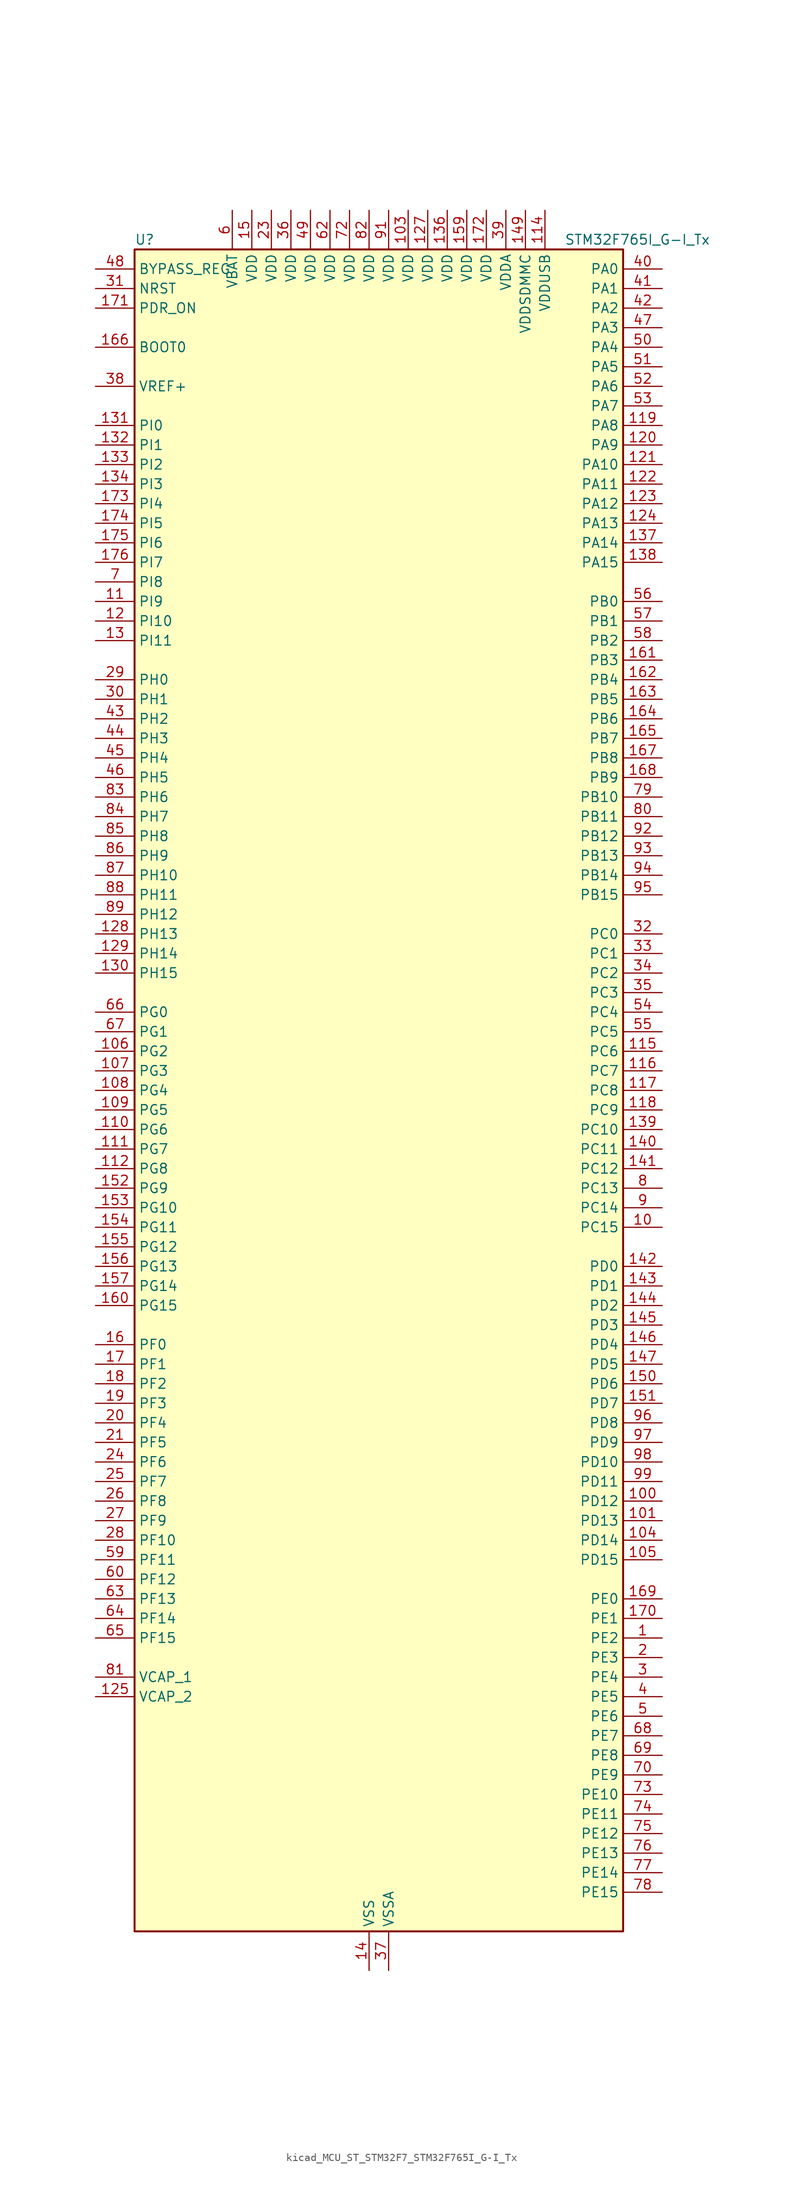
<source format=kicad_sym>
(kicad_symbol_lib
  (version 20220914)
  (generator kicad_symbol_editor)
  (symbol "kicad_MCU_ST_STM32F7_STM32F765I_G-I_Tx"
    (property "Reference" "U"
      (at -30.48 110.49 0)
      (effects (font (size 1.27 1.27)) (justify left)))
    (property "Value" "STM32F765I_G-I_Tx"
      (at 25.4 110.49 0)
      (effects (font (size 1.27 1.27)) (justify left)))
    (property "ki_locked" ""
      (at 0 0 0)
      (effects (font (size 1.27 1.27))))
    (symbol "kicad_MCU_ST_STM32F7_STM32F765I_G-I_Tx_0_1"
      (rectangle (start -30.48 -109.22) (end 33.02 109.22) (stroke (width 0.254) (type default)) (fill (type background))))
    (symbol "kicad_MCU_ST_STM32F7_STM32F765I_G-I_Tx_1_1"
      (pin bidirectional line (at 38.1 -71.12 180) (length 5.08) (name "PE2" (effects (font (size 1.27 1.27)))) (number "1" (effects (font (size 1.27 1.27)))) (alternate "ETH_TXD3" bidirectional line) (alternate "FMC_A23" bidirectional line) (alternate "QUADSPI_BK1_IO2" bidirectional line) (alternate "SAI1_MCLK_A" bidirectional line) (alternate "SPI4_SCK" bidirectional line) (alternate "SYS_TRACECLK" bidirectional line))
      (pin bidirectional line (at 38.1 -17.78 180) (length 5.08) (name "PC15" (effects (font (size 1.27 1.27)))) (number "10" (effects (font (size 1.27 1.27)))) (alternate "RCC_OSC32_OUT" bidirectional line))
      (pin bidirectional line (at 38.1 -53.34 180) (length 5.08) (name "PD12" (effects (font (size 1.27 1.27)))) (number "100" (effects (font (size 1.27 1.27)))) (alternate "FMC_A17" bidirectional line) (alternate "FMC_ALE" bidirectional line) (alternate "I2C4_SCL" bidirectional line) (alternate "LPTIM1_IN1" bidirectional line) (alternate "QUADSPI_BK1_IO1" bidirectional line) (alternate "SAI2_FS_A" bidirectional line) (alternate "TIM4_CH1" bidirectional line) (alternate "USART3_DE" bidirectional line) (alternate "USART3_RTS" bidirectional line))
      (pin bidirectional line (at 38.1 -55.88 180) (length 5.08) (name "PD13" (effects (font (size 1.27 1.27)))) (number "101" (effects (font (size 1.27 1.27)))) (alternate "FMC_A18" bidirectional line) (alternate "I2C4_SDA" bidirectional line) (alternate "LPTIM1_OUT" bidirectional line) (alternate "QUADSPI_BK1_IO3" bidirectional line) (alternate "SAI2_SCK_A" bidirectional line) (alternate "TIM4_CH2" bidirectional line))
      (pin passive line (at 0 -114.3 90) (length 5.08) hide (name "VSS" (effects (font (size 1.27 1.27)))) (number "102" (effects (font (size 1.27 1.27)))))
      (pin power_in line (at 5.08 114.3 270) (length 5.08) (name "VDD" (effects (font (size 1.27 1.27)))) (number "103" (effects (font (size 1.27 1.27)))))
      (pin bidirectional line (at 38.1 -58.42 180) (length 5.08) (name "PD14" (effects (font (size 1.27 1.27)))) (number "104" (effects (font (size 1.27 1.27)))) (alternate "FMC_D0" bidirectional line) (alternate "FMC_DA0" bidirectional line) (alternate "TIM4_CH3" bidirectional line) (alternate "UART8_CTS" bidirectional line))
      (pin bidirectional line (at 38.1 -60.96 180) (length 5.08) (name "PD15" (effects (font (size 1.27 1.27)))) (number "105" (effects (font (size 1.27 1.27)))) (alternate "FMC_D1" bidirectional line) (alternate "FMC_DA1" bidirectional line) (alternate "TIM4_CH4" bidirectional line) (alternate "UART8_DE" bidirectional line) (alternate "UART8_RTS" bidirectional line))
      (pin bidirectional line (at -35.56 5.08 0) (length 5.08) (name "PG2" (effects (font (size 1.27 1.27)))) (number "106" (effects (font (size 1.27 1.27)))) (alternate "FMC_A12" bidirectional line))
      (pin bidirectional line (at -35.56 2.54 0) (length 5.08) (name "PG3" (effects (font (size 1.27 1.27)))) (number "107" (effects (font (size 1.27 1.27)))) (alternate "FMC_A13" bidirectional line))
      (pin bidirectional line (at -35.56 0 0) (length 5.08) (name "PG4" (effects (font (size 1.27 1.27)))) (number "108" (effects (font (size 1.27 1.27)))) (alternate "FMC_A14" bidirectional line) (alternate "FMC_BA0" bidirectional line))
      (pin bidirectional line (at -35.56 -2.54 0) (length 5.08) (name "PG5" (effects (font (size 1.27 1.27)))) (number "109" (effects (font (size 1.27 1.27)))) (alternate "FMC_A15" bidirectional line) (alternate "FMC_BA1" bidirectional line))
      (pin bidirectional line (at -35.56 63.5 0) (length 5.08) (name "PI9" (effects (font (size 1.27 1.27)))) (number "11" (effects (font (size 1.27 1.27)))) (alternate "CAN1_RX" bidirectional line) (alternate "DAC_EXTI9" bidirectional line) (alternate "FMC_D30" bidirectional line) (alternate "UART4_RX" bidirectional line))
      (pin bidirectional line (at -35.56 -5.08 0) (length 5.08) (name "PG6" (effects (font (size 1.27 1.27)))) (number "110" (effects (font (size 1.27 1.27)))) (alternate "DCMI_D12" bidirectional line) (alternate "FMC_NE3" bidirectional line))
      (pin bidirectional line (at -35.56 -7.62 0) (length 5.08) (name "PG7" (effects (font (size 1.27 1.27)))) (number "111" (effects (font (size 1.27 1.27)))) (alternate "DCMI_D13" bidirectional line) (alternate "FMC_INT" bidirectional line) (alternate "SAI1_MCLK_A" bidirectional line) (alternate "USART6_CK" bidirectional line))
      (pin bidirectional line (at -35.56 -10.16 0) (length 5.08) (name "PG8" (effects (font (size 1.27 1.27)))) (number "112" (effects (font (size 1.27 1.27)))) (alternate "ETH_PPS_OUT" bidirectional line) (alternate "FMC_SDCLK" bidirectional line) (alternate "SPDIFRX_IN2" bidirectional line) (alternate "SPI6_NSS" bidirectional line) (alternate "USART6_DE" bidirectional line) (alternate "USART6_RTS" bidirectional line))
      (pin passive line (at 0 -114.3 90) (length 5.08) hide (name "VSS" (effects (font (size 1.27 1.27)))) (number "113" (effects (font (size 1.27 1.27)))))
      (pin power_in line (at 22.86 114.3 270) (length 5.08) (name "VDDUSB" (effects (font (size 1.27 1.27)))) (number "114" (effects (font (size 1.27 1.27)))))
      (pin bidirectional line (at 38.1 5.08 180) (length 5.08) (name "PC6" (effects (font (size 1.27 1.27)))) (number "115" (effects (font (size 1.27 1.27)))) (alternate "DCMI_D0" bidirectional line) (alternate "DFSDM1_CKIN3" bidirectional line) (alternate "FMC_NWAIT" bidirectional line) (alternate "I2S2_MCK" bidirectional line) (alternate "SDMMC1_D6" bidirectional line) (alternate "SDMMC2_D6" bidirectional line) (alternate "TIM3_CH1" bidirectional line) (alternate "TIM8_CH1" bidirectional line) (alternate "USART6_TX" bidirectional line))
      (pin bidirectional line (at 38.1 2.54 180) (length 5.08) (name "PC7" (effects (font (size 1.27 1.27)))) (number "116" (effects (font (size 1.27 1.27)))) (alternate "DCMI_D1" bidirectional line) (alternate "DFSDM1_DATIN3" bidirectional line) (alternate "FMC_NE1" bidirectional line) (alternate "I2S3_MCK" bidirectional line) (alternate "SDMMC1_D7" bidirectional line) (alternate "SDMMC2_D7" bidirectional line) (alternate "TIM3_CH2" bidirectional line) (alternate "TIM8_CH2" bidirectional line) (alternate "USART6_RX" bidirectional line))
      (pin bidirectional line (at 38.1 0 180) (length 5.08) (name "PC8" (effects (font (size 1.27 1.27)))) (number "117" (effects (font (size 1.27 1.27)))) (alternate "DCMI_D2" bidirectional line) (alternate "FMC_NCE" bidirectional line) (alternate "FMC_NE2" bidirectional line) (alternate "SDMMC1_D0" bidirectional line) (alternate "SYS_TRACED1" bidirectional line) (alternate "TIM3_CH3" bidirectional line) (alternate "TIM8_CH3" bidirectional line) (alternate "UART5_DE" bidirectional line) (alternate "UART5_RTS" bidirectional line) (alternate "USART6_CK" bidirectional line))
      (pin bidirectional line (at 38.1 -2.54 180) (length 5.08) (name "PC9" (effects (font (size 1.27 1.27)))) (number "118" (effects (font (size 1.27 1.27)))) (alternate "DAC_EXTI9" bidirectional line) (alternate "DCMI_D3" bidirectional line) (alternate "I2C3_SDA" bidirectional line) (alternate "I2S_CKIN" bidirectional line) (alternate "QUADSPI_BK1_IO0" bidirectional line) (alternate "RCC_MCO_2" bidirectional line) (alternate "SDMMC1_D1" bidirectional line) (alternate "TIM3_CH4" bidirectional line) (alternate "TIM8_CH4" bidirectional line) (alternate "UART5_CTS" bidirectional line))
      (pin bidirectional line (at 38.1 86.36 180) (length 5.08) (name "PA8" (effects (font (size 1.27 1.27)))) (number "119" (effects (font (size 1.27 1.27)))) (alternate "CAN3_RX" bidirectional line) (alternate "I2C3_SCL" bidirectional line) (alternate "RCC_MCO_1" bidirectional line) (alternate "TIM1_CH1" bidirectional line) (alternate "TIM8_BKIN2" bidirectional line) (alternate "UART7_RX" bidirectional line) (alternate "USART1_CK" bidirectional line) (alternate "USB_OTG_FS_SOF" bidirectional line))
      (pin bidirectional line (at -35.56 60.96 0) (length 5.08) (name "PI10" (effects (font (size 1.27 1.27)))) (number "12" (effects (font (size 1.27 1.27)))) (alternate "ETH_RX_ER" bidirectional line) (alternate "FMC_D31" bidirectional line))
      (pin bidirectional line (at 38.1 83.82 180) (length 5.08) (name "PA9" (effects (font (size 1.27 1.27)))) (number "120" (effects (font (size 1.27 1.27)))) (alternate "DAC_EXTI9" bidirectional line) (alternate "DCMI_D0" bidirectional line) (alternate "I2C3_SMBA" bidirectional line) (alternate "I2S2_CK" bidirectional line) (alternate "SPI2_SCK" bidirectional line) (alternate "TIM1_CH2" bidirectional line) (alternate "USART1_TX" bidirectional line) (alternate "USB_OTG_FS_VBUS" bidirectional line))
      (pin bidirectional line (at 38.1 81.28 180) (length 5.08) (name "PA10" (effects (font (size 1.27 1.27)))) (number "121" (effects (font (size 1.27 1.27)))) (alternate "DCMI_D1" bidirectional line) (alternate "MDIOS_MDIO" bidirectional line) (alternate "TIM1_CH3" bidirectional line) (alternate "USART1_RX" bidirectional line) (alternate "USB_OTG_FS_ID" bidirectional line))
      (pin bidirectional line (at 38.1 78.74 180) (length 5.08) (name "PA11" (effects (font (size 1.27 1.27)))) (number "122" (effects (font (size 1.27 1.27)))) (alternate "ADC1_EXTI11" bidirectional line) (alternate "ADC2_EXTI11" bidirectional line) (alternate "ADC3_EXTI11" bidirectional line) (alternate "CAN1_RX" bidirectional line) (alternate "I2S2_WS" bidirectional line) (alternate "SPI2_NSS" bidirectional line) (alternate "TIM1_CH4" bidirectional line) (alternate "UART4_RX" bidirectional line) (alternate "USART1_CTS" bidirectional line) (alternate "USB_OTG_FS_DM" bidirectional line))
      (pin bidirectional line (at 38.1 76.2 180) (length 5.08) (name "PA12" (effects (font (size 1.27 1.27)))) (number "123" (effects (font (size 1.27 1.27)))) (alternate "CAN1_TX" bidirectional line) (alternate "I2S2_CK" bidirectional line) (alternate "SAI2_FS_B" bidirectional line) (alternate "SPI2_SCK" bidirectional line) (alternate "TIM1_ETR" bidirectional line) (alternate "UART4_TX" bidirectional line) (alternate "USART1_DE" bidirectional line) (alternate "USART1_RTS" bidirectional line) (alternate "USB_OTG_FS_DP" bidirectional line))
      (pin bidirectional line (at 38.1 73.66 180) (length 5.08) (name "PA13" (effects (font (size 1.27 1.27)))) (number "124" (effects (font (size 1.27 1.27)))) (alternate "SYS_JTMS-SWDIO" bidirectional line))
      (pin power_out line (at -35.56 -78.74 0) (length 5.08) (name "VCAP_2" (effects (font (size 1.27 1.27)))) (number "125" (effects (font (size 1.27 1.27)))))
      (pin passive line (at 0 -114.3 90) (length 5.08) hide (name "VSS" (effects (font (size 1.27 1.27)))) (number "126" (effects (font (size 1.27 1.27)))))
      (pin power_in line (at 7.62 114.3 270) (length 5.08) (name "VDD" (effects (font (size 1.27 1.27)))) (number "127" (effects (font (size 1.27 1.27)))))
      (pin bidirectional line (at -35.56 20.32 0) (length 5.08) (name "PH13" (effects (font (size 1.27 1.27)))) (number "128" (effects (font (size 1.27 1.27)))) (alternate "CAN1_TX" bidirectional line) (alternate "FMC_D21" bidirectional line) (alternate "TIM8_CH1N" bidirectional line) (alternate "UART4_TX" bidirectional line))
      (pin bidirectional line (at -35.56 17.78 0) (length 5.08) (name "PH14" (effects (font (size 1.27 1.27)))) (number "129" (effects (font (size 1.27 1.27)))) (alternate "CAN1_RX" bidirectional line) (alternate "DCMI_D4" bidirectional line) (alternate "FMC_D22" bidirectional line) (alternate "TIM8_CH2N" bidirectional line) (alternate "UART4_RX" bidirectional line))
      (pin bidirectional line (at -35.56 58.42 0) (length 5.08) (name "PI11" (effects (font (size 1.27 1.27)))) (number "13" (effects (font (size 1.27 1.27)))) (alternate "ADC1_EXTI11" bidirectional line) (alternate "ADC2_EXTI11" bidirectional line) (alternate "ADC3_EXTI11" bidirectional line) (alternate "SYS_WKUP6" bidirectional line) (alternate "USB_OTG_HS_ULPI_DIR" bidirectional line))
      (pin bidirectional line (at -35.56 15.24 0) (length 5.08) (name "PH15" (effects (font (size 1.27 1.27)))) (number "130" (effects (font (size 1.27 1.27)))) (alternate "DCMI_D11" bidirectional line) (alternate "FMC_D23" bidirectional line) (alternate "TIM8_CH3N" bidirectional line))
      (pin bidirectional line (at -35.56 86.36 0) (length 5.08) (name "PI0" (effects (font (size 1.27 1.27)))) (number "131" (effects (font (size 1.27 1.27)))) (alternate "DCMI_D13" bidirectional line) (alternate "FMC_D24" bidirectional line) (alternate "I2S2_WS" bidirectional line) (alternate "SPI2_NSS" bidirectional line) (alternate "TIM5_CH4" bidirectional line))
      (pin bidirectional line (at -35.56 83.82 0) (length 5.08) (name "PI1" (effects (font (size 1.27 1.27)))) (number "132" (effects (font (size 1.27 1.27)))) (alternate "DCMI_D8" bidirectional line) (alternate "FMC_D25" bidirectional line) (alternate "I2S2_CK" bidirectional line) (alternate "SPI2_SCK" bidirectional line) (alternate "TIM8_BKIN2" bidirectional line))
      (pin bidirectional line (at -35.56 81.28 0) (length 5.08) (name "PI2" (effects (font (size 1.27 1.27)))) (number "133" (effects (font (size 1.27 1.27)))) (alternate "DCMI_D9" bidirectional line) (alternate "FMC_D26" bidirectional line) (alternate "SPI2_MISO" bidirectional line) (alternate "TIM8_CH4" bidirectional line))
      (pin bidirectional line (at -35.56 78.74 0) (length 5.08) (name "PI3" (effects (font (size 1.27 1.27)))) (number "134" (effects (font (size 1.27 1.27)))) (alternate "DCMI_D10" bidirectional line) (alternate "FMC_D27" bidirectional line) (alternate "I2S2_SD" bidirectional line) (alternate "SPI2_MOSI" bidirectional line) (alternate "TIM8_ETR" bidirectional line))
      (pin passive line (at 0 -114.3 90) (length 5.08) hide (name "VSS" (effects (font (size 1.27 1.27)))) (number "135" (effects (font (size 1.27 1.27)))))
      (pin power_in line (at 10.16 114.3 270) (length 5.08) (name "VDD" (effects (font (size 1.27 1.27)))) (number "136" (effects (font (size 1.27 1.27)))))
      (pin bidirectional line (at 38.1 71.12 180) (length 5.08) (name "PA14" (effects (font (size 1.27 1.27)))) (number "137" (effects (font (size 1.27 1.27)))) (alternate "SYS_JTCK-SWCLK" bidirectional line))
      (pin bidirectional line (at 38.1 68.58 180) (length 5.08) (name "PA15" (effects (font (size 1.27 1.27)))) (number "138" (effects (font (size 1.27 1.27)))) (alternate "CAN3_TX" bidirectional line) (alternate "CEC" bidirectional line) (alternate "I2S1_WS" bidirectional line) (alternate "I2S3_WS" bidirectional line) (alternate "SPI1_NSS" bidirectional line) (alternate "SPI3_NSS" bidirectional line) (alternate "SPI6_NSS" bidirectional line) (alternate "SYS_JTDI" bidirectional line) (alternate "TIM2_CH1" bidirectional line) (alternate "TIM2_ETR" bidirectional line) (alternate "UART4_DE" bidirectional line) (alternate "UART4_RTS" bidirectional line) (alternate "UART7_TX" bidirectional line))
      (pin bidirectional line (at 38.1 -5.08 180) (length 5.08) (name "PC10" (effects (font (size 1.27 1.27)))) (number "139" (effects (font (size 1.27 1.27)))) (alternate "DCMI_D8" bidirectional line) (alternate "DFSDM1_CKIN5" bidirectional line) (alternate "I2S3_CK" bidirectional line) (alternate "QUADSPI_BK1_IO1" bidirectional line) (alternate "SDMMC1_D2" bidirectional line) (alternate "SPI3_SCK" bidirectional line) (alternate "UART4_TX" bidirectional line) (alternate "USART3_TX" bidirectional line))
      (pin power_in line (at 0 -114.3 90) (length 5.08) (name "VSS" (effects (font (size 1.27 1.27)))) (number "14" (effects (font (size 1.27 1.27)))))
      (pin bidirectional line (at 38.1 -7.62 180) (length 5.08) (name "PC11" (effects (font (size 1.27 1.27)))) (number "140" (effects (font (size 1.27 1.27)))) (alternate "ADC1_EXTI11" bidirectional line) (alternate "ADC2_EXTI11" bidirectional line) (alternate "ADC3_EXTI11" bidirectional line) (alternate "DCMI_D4" bidirectional line) (alternate "DFSDM1_DATIN5" bidirectional line) (alternate "QUADSPI_BK2_NCS" bidirectional line) (alternate "SDMMC1_D3" bidirectional line) (alternate "SPI3_MISO" bidirectional line) (alternate "UART4_RX" bidirectional line) (alternate "USART3_RX" bidirectional line))
      (pin bidirectional line (at 38.1 -10.16 180) (length 5.08) (name "PC12" (effects (font (size 1.27 1.27)))) (number "141" (effects (font (size 1.27 1.27)))) (alternate "DCMI_D9" bidirectional line) (alternate "I2S3_SD" bidirectional line) (alternate "SDMMC1_CK" bidirectional line) (alternate "SPI3_MOSI" bidirectional line) (alternate "SYS_TRACED3" bidirectional line) (alternate "UART5_TX" bidirectional line) (alternate "USART3_CK" bidirectional line))
      (pin bidirectional line (at 38.1 -22.86 180) (length 5.08) (name "PD0" (effects (font (size 1.27 1.27)))) (number "142" (effects (font (size 1.27 1.27)))) (alternate "CAN1_RX" bidirectional line) (alternate "DFSDM1_CKIN6" bidirectional line) (alternate "DFSDM1_DATIN7" bidirectional line) (alternate "FMC_D2" bidirectional line) (alternate "FMC_DA2" bidirectional line) (alternate "UART4_RX" bidirectional line))
      (pin bidirectional line (at 38.1 -25.4 180) (length 5.08) (name "PD1" (effects (font (size 1.27 1.27)))) (number "143" (effects (font (size 1.27 1.27)))) (alternate "CAN1_TX" bidirectional line) (alternate "DFSDM1_CKIN7" bidirectional line) (alternate "DFSDM1_DATIN6" bidirectional line) (alternate "FMC_D3" bidirectional line) (alternate "FMC_DA3" bidirectional line) (alternate "UART4_TX" bidirectional line))
      (pin bidirectional line (at 38.1 -27.94 180) (length 5.08) (name "PD2" (effects (font (size 1.27 1.27)))) (number "144" (effects (font (size 1.27 1.27)))) (alternate "DCMI_D11" bidirectional line) (alternate "SDMMC1_CMD" bidirectional line) (alternate "SYS_TRACED2" bidirectional line) (alternate "TIM3_ETR" bidirectional line) (alternate "UART5_RX" bidirectional line))
      (pin bidirectional line (at 38.1 -30.48 180) (length 5.08) (name "PD3" (effects (font (size 1.27 1.27)))) (number "145" (effects (font (size 1.27 1.27)))) (alternate "DCMI_D5" bidirectional line) (alternate "DFSDM1_CKOUT" bidirectional line) (alternate "DFSDM1_DATIN0" bidirectional line) (alternate "FMC_CLK" bidirectional line) (alternate "I2S2_CK" bidirectional line) (alternate "SPI2_SCK" bidirectional line) (alternate "USART2_CTS" bidirectional line))
      (pin bidirectional line (at 38.1 -33.02 180) (length 5.08) (name "PD4" (effects (font (size 1.27 1.27)))) (number "146" (effects (font (size 1.27 1.27)))) (alternate "DFSDM1_CKIN0" bidirectional line) (alternate "FMC_NOE" bidirectional line) (alternate "USART2_DE" bidirectional line) (alternate "USART2_RTS" bidirectional line))
      (pin bidirectional line (at 38.1 -35.56 180) (length 5.08) (name "PD5" (effects (font (size 1.27 1.27)))) (number "147" (effects (font (size 1.27 1.27)))) (alternate "FMC_NWE" bidirectional line) (alternate "USART2_TX" bidirectional line))
      (pin passive line (at 0 -114.3 90) (length 5.08) hide (name "VSS" (effects (font (size 1.27 1.27)))) (number "148" (effects (font (size 1.27 1.27)))))
      (pin power_in line (at 20.32 114.3 270) (length 5.08) (name "VDDSDMMC" (effects (font (size 1.27 1.27)))) (number "149" (effects (font (size 1.27 1.27)))))
      (pin power_in line (at -15.24 114.3 270) (length 5.08) (name "VDD" (effects (font (size 1.27 1.27)))) (number "15" (effects (font (size 1.27 1.27)))))
      (pin bidirectional line (at 38.1 -38.1 180) (length 5.08) (name "PD6" (effects (font (size 1.27 1.27)))) (number "150" (effects (font (size 1.27 1.27)))) (alternate "DCMI_D10" bidirectional line) (alternate "DFSDM1_CKIN4" bidirectional line) (alternate "DFSDM1_DATIN1" bidirectional line) (alternate "FMC_NWAIT" bidirectional line) (alternate "I2S3_SD" bidirectional line) (alternate "SAI1_SD_A" bidirectional line) (alternate "SDMMC2_CK" bidirectional line) (alternate "SPI3_MOSI" bidirectional line) (alternate "USART2_RX" bidirectional line))
      (pin bidirectional line (at 38.1 -40.64 180) (length 5.08) (name "PD7" (effects (font (size 1.27 1.27)))) (number "151" (effects (font (size 1.27 1.27)))) (alternate "DFSDM1_CKIN1" bidirectional line) (alternate "DFSDM1_DATIN4" bidirectional line) (alternate "FMC_NE1" bidirectional line) (alternate "I2S1_SD" bidirectional line) (alternate "SDMMC2_CMD" bidirectional line) (alternate "SPDIFRX_IN0" bidirectional line) (alternate "SPI1_MOSI" bidirectional line) (alternate "USART2_CK" bidirectional line))
      (pin bidirectional line (at -35.56 -12.7 0) (length 5.08) (name "PG9" (effects (font (size 1.27 1.27)))) (number "152" (effects (font (size 1.27 1.27)))) (alternate "DAC_EXTI9" bidirectional line) (alternate "DCMI_VSYNC" bidirectional line) (alternate "FMC_NCE" bidirectional line) (alternate "FMC_NE2" bidirectional line) (alternate "QUADSPI_BK2_IO2" bidirectional line) (alternate "SAI2_FS_B" bidirectional line) (alternate "SDMMC2_D0" bidirectional line) (alternate "SPDIFRX_IN3" bidirectional line) (alternate "SPI1_MISO" bidirectional line) (alternate "USART6_RX" bidirectional line))
      (pin bidirectional line (at -35.56 -15.24 0) (length 5.08) (name "PG10" (effects (font (size 1.27 1.27)))) (number "153" (effects (font (size 1.27 1.27)))) (alternate "DCMI_D2" bidirectional line) (alternate "FMC_NE3" bidirectional line) (alternate "I2S1_WS" bidirectional line) (alternate "SAI2_SD_B" bidirectional line) (alternate "SDMMC2_D1" bidirectional line) (alternate "SPI1_NSS" bidirectional line))
      (pin bidirectional line (at -35.56 -17.78 0) (length 5.08) (name "PG11" (effects (font (size 1.27 1.27)))) (number "154" (effects (font (size 1.27 1.27)))) (alternate "ADC1_EXTI11" bidirectional line) (alternate "ADC2_EXTI11" bidirectional line) (alternate "ADC3_EXTI11" bidirectional line) (alternate "DCMI_D3" bidirectional line) (alternate "ETH_TX_EN" bidirectional line) (alternate "I2S1_CK" bidirectional line) (alternate "SDMMC2_D2" bidirectional line) (alternate "SPDIFRX_IN0" bidirectional line) (alternate "SPI1_SCK" bidirectional line))
      (pin bidirectional line (at -35.56 -20.32 0) (length 5.08) (name "PG12" (effects (font (size 1.27 1.27)))) (number "155" (effects (font (size 1.27 1.27)))) (alternate "FMC_NE4" bidirectional line) (alternate "LPTIM1_IN1" bidirectional line) (alternate "SDMMC2_D3" bidirectional line) (alternate "SPDIFRX_IN1" bidirectional line) (alternate "SPI6_MISO" bidirectional line) (alternate "USART6_DE" bidirectional line) (alternate "USART6_RTS" bidirectional line))
      (pin bidirectional line (at -35.56 -22.86 0) (length 5.08) (name "PG13" (effects (font (size 1.27 1.27)))) (number "156" (effects (font (size 1.27 1.27)))) (alternate "ETH_TXD0" bidirectional line) (alternate "FMC_A24" bidirectional line) (alternate "LPTIM1_OUT" bidirectional line) (alternate "SPI6_SCK" bidirectional line) (alternate "SYS_TRACED0" bidirectional line) (alternate "USART6_CTS" bidirectional line))
      (pin bidirectional line (at -35.56 -25.4 0) (length 5.08) (name "PG14" (effects (font (size 1.27 1.27)))) (number "157" (effects (font (size 1.27 1.27)))) (alternate "ETH_TXD1" bidirectional line) (alternate "FMC_A25" bidirectional line) (alternate "LPTIM1_ETR" bidirectional line) (alternate "QUADSPI_BK2_IO3" bidirectional line) (alternate "SPI6_MOSI" bidirectional line) (alternate "SYS_TRACED1" bidirectional line) (alternate "USART6_TX" bidirectional line))
      (pin passive line (at 0 -114.3 90) (length 5.08) hide (name "VSS" (effects (font (size 1.27 1.27)))) (number "158" (effects (font (size 1.27 1.27)))))
      (pin power_in line (at 12.7 114.3 270) (length 5.08) (name "VDD" (effects (font (size 1.27 1.27)))) (number "159" (effects (font (size 1.27 1.27)))))
      (pin bidirectional line (at -35.56 -33.02 0) (length 5.08) (name "PF0" (effects (font (size 1.27 1.27)))) (number "16" (effects (font (size 1.27 1.27)))) (alternate "FMC_A0" bidirectional line) (alternate "I2C2_SDA" bidirectional line))
      (pin bidirectional line (at -35.56 -27.94 0) (length 5.08) (name "PG15" (effects (font (size 1.27 1.27)))) (number "160" (effects (font (size 1.27 1.27)))) (alternate "DCMI_D13" bidirectional line) (alternate "FMC_SDNCAS" bidirectional line) (alternate "USART6_CTS" bidirectional line))
      (pin bidirectional line (at 38.1 55.88 180) (length 5.08) (name "PB3" (effects (font (size 1.27 1.27)))) (number "161" (effects (font (size 1.27 1.27)))) (alternate "CAN3_RX" bidirectional line) (alternate "I2S1_CK" bidirectional line) (alternate "I2S3_CK" bidirectional line) (alternate "SDMMC2_D2" bidirectional line) (alternate "SPI1_SCK" bidirectional line) (alternate "SPI3_SCK" bidirectional line) (alternate "SPI6_SCK" bidirectional line) (alternate "SYS_JTDO-SWO" bidirectional line) (alternate "TIM2_CH2" bidirectional line) (alternate "UART7_RX" bidirectional line))
      (pin bidirectional line (at 38.1 53.34 180) (length 5.08) (name "PB4" (effects (font (size 1.27 1.27)))) (number "162" (effects (font (size 1.27 1.27)))) (alternate "CAN3_TX" bidirectional line) (alternate "I2S2_WS" bidirectional line) (alternate "SDMMC2_D3" bidirectional line) (alternate "SPI1_MISO" bidirectional line) (alternate "SPI2_NSS" bidirectional line) (alternate "SPI3_MISO" bidirectional line) (alternate "SPI6_MISO" bidirectional line) (alternate "SYS_JTRST" bidirectional line) (alternate "TIM3_CH1" bidirectional line) (alternate "UART7_TX" bidirectional line))
      (pin bidirectional line (at 38.1 50.8 180) (length 5.08) (name "PB5" (effects (font (size 1.27 1.27)))) (number "163" (effects (font (size 1.27 1.27)))) (alternate "CAN2_RX" bidirectional line) (alternate "DCMI_D10" bidirectional line) (alternate "ETH_PPS_OUT" bidirectional line) (alternate "FMC_SDCKE1" bidirectional line) (alternate "I2C1_SMBA" bidirectional line) (alternate "I2S1_SD" bidirectional line) (alternate "I2S3_SD" bidirectional line) (alternate "SPI1_MOSI" bidirectional line) (alternate "SPI3_MOSI" bidirectional line) (alternate "SPI6_MOSI" bidirectional line) (alternate "TIM3_CH2" bidirectional line) (alternate "UART5_RX" bidirectional line) (alternate "USB_OTG_HS_ULPI_D7" bidirectional line))
      (pin bidirectional line (at 38.1 48.26 180) (length 5.08) (name "PB6" (effects (font (size 1.27 1.27)))) (number "164" (effects (font (size 1.27 1.27)))) (alternate "CAN2_TX" bidirectional line) (alternate "CEC" bidirectional line) (alternate "DCMI_D5" bidirectional line) (alternate "DFSDM1_DATIN5" bidirectional line) (alternate "FMC_SDNE1" bidirectional line) (alternate "I2C1_SCL" bidirectional line) (alternate "I2C4_SCL" bidirectional line) (alternate "QUADSPI_BK1_NCS" bidirectional line) (alternate "TIM4_CH1" bidirectional line) (alternate "UART5_TX" bidirectional line) (alternate "USART1_TX" bidirectional line))
      (pin bidirectional line (at 38.1 45.72 180) (length 5.08) (name "PB7" (effects (font (size 1.27 1.27)))) (number "165" (effects (font (size 1.27 1.27)))) (alternate "DCMI_VSYNC" bidirectional line) (alternate "DFSDM1_CKIN5" bidirectional line) (alternate "FMC_NL" bidirectional line) (alternate "I2C1_SDA" bidirectional line) (alternate "I2C4_SDA" bidirectional line) (alternate "TIM4_CH2" bidirectional line) (alternate "USART1_RX" bidirectional line))
      (pin input line (at -35.56 96.52 0) (length 5.08) (name "BOOT0" (effects (font (size 1.27 1.27)))) (number "166" (effects (font (size 1.27 1.27)))))
      (pin bidirectional line (at 38.1 43.18 180) (length 5.08) (name "PB8" (effects (font (size 1.27 1.27)))) (number "167" (effects (font (size 1.27 1.27)))) (alternate "CAN1_RX" bidirectional line) (alternate "DCMI_D6" bidirectional line) (alternate "DFSDM1_CKIN7" bidirectional line) (alternate "ETH_TXD3" bidirectional line) (alternate "I2C1_SCL" bidirectional line) (alternate "I2C4_SCL" bidirectional line) (alternate "SDMMC1_D4" bidirectional line) (alternate "SDMMC2_D4" bidirectional line) (alternate "TIM10_CH1" bidirectional line) (alternate "TIM4_CH3" bidirectional line) (alternate "UART5_RX" bidirectional line))
      (pin bidirectional line (at 38.1 40.64 180) (length 5.08) (name "PB9" (effects (font (size 1.27 1.27)))) (number "168" (effects (font (size 1.27 1.27)))) (alternate "CAN1_TX" bidirectional line) (alternate "DAC_EXTI9" bidirectional line) (alternate "DCMI_D7" bidirectional line) (alternate "DFSDM1_DATIN7" bidirectional line) (alternate "I2C1_SDA" bidirectional line) (alternate "I2C4_SDA" bidirectional line) (alternate "I2C4_SMBA" bidirectional line) (alternate "I2S2_WS" bidirectional line) (alternate "SDMMC1_D5" bidirectional line) (alternate "SDMMC2_D5" bidirectional line) (alternate "SPI2_NSS" bidirectional line) (alternate "TIM11_CH1" bidirectional line) (alternate "TIM4_CH4" bidirectional line) (alternate "UART5_TX" bidirectional line))
      (pin bidirectional line (at 38.1 -66.04 180) (length 5.08) (name "PE0" (effects (font (size 1.27 1.27)))) (number "169" (effects (font (size 1.27 1.27)))) (alternate "DCMI_D2" bidirectional line) (alternate "FMC_NBL0" bidirectional line) (alternate "LPTIM1_ETR" bidirectional line) (alternate "SAI2_MCLK_A" bidirectional line) (alternate "TIM4_ETR" bidirectional line) (alternate "UART8_RX" bidirectional line))
      (pin bidirectional line (at -35.56 -35.56 0) (length 5.08) (name "PF1" (effects (font (size 1.27 1.27)))) (number "17" (effects (font (size 1.27 1.27)))) (alternate "FMC_A1" bidirectional line) (alternate "I2C2_SCL" bidirectional line))
      (pin bidirectional line (at 38.1 -68.58 180) (length 5.08) (name "PE1" (effects (font (size 1.27 1.27)))) (number "170" (effects (font (size 1.27 1.27)))) (alternate "DCMI_D3" bidirectional line) (alternate "FMC_NBL1" bidirectional line) (alternate "LPTIM1_IN2" bidirectional line) (alternate "UART8_TX" bidirectional line))
      (pin input line (at -35.56 101.6 0) (length 5.08) (name "PDR_ON" (effects (font (size 1.27 1.27)))) (number "171" (effects (font (size 1.27 1.27)))))
      (pin power_in line (at 15.24 114.3 270) (length 5.08) (name "VDD" (effects (font (size 1.27 1.27)))) (number "172" (effects (font (size 1.27 1.27)))))
      (pin bidirectional line (at -35.56 76.2 0) (length 5.08) (name "PI4" (effects (font (size 1.27 1.27)))) (number "173" (effects (font (size 1.27 1.27)))) (alternate "DCMI_D5" bidirectional line) (alternate "FMC_NBL2" bidirectional line) (alternate "SAI2_MCLK_A" bidirectional line) (alternate "TIM8_BKIN" bidirectional line))
      (pin bidirectional line (at -35.56 73.66 0) (length 5.08) (name "PI5" (effects (font (size 1.27 1.27)))) (number "174" (effects (font (size 1.27 1.27)))) (alternate "DCMI_VSYNC" bidirectional line) (alternate "FMC_NBL3" bidirectional line) (alternate "SAI2_SCK_A" bidirectional line) (alternate "TIM8_CH1" bidirectional line))
      (pin bidirectional line (at -35.56 71.12 0) (length 5.08) (name "PI6" (effects (font (size 1.27 1.27)))) (number "175" (effects (font (size 1.27 1.27)))) (alternate "DCMI_D6" bidirectional line) (alternate "FMC_D28" bidirectional line) (alternate "SAI2_SD_A" bidirectional line) (alternate "TIM8_CH2" bidirectional line))
      (pin bidirectional line (at -35.56 68.58 0) (length 5.08) (name "PI7" (effects (font (size 1.27 1.27)))) (number "176" (effects (font (size 1.27 1.27)))) (alternate "DCMI_D7" bidirectional line) (alternate "FMC_D29" bidirectional line) (alternate "SAI2_FS_A" bidirectional line) (alternate "TIM8_CH3" bidirectional line))
      (pin bidirectional line (at -35.56 -38.1 0) (length 5.08) (name "PF2" (effects (font (size 1.27 1.27)))) (number "18" (effects (font (size 1.27 1.27)))) (alternate "FMC_A2" bidirectional line) (alternate "I2C2_SMBA" bidirectional line))
      (pin bidirectional line (at -35.56 -40.64 0) (length 5.08) (name "PF3" (effects (font (size 1.27 1.27)))) (number "19" (effects (font (size 1.27 1.27)))) (alternate "ADC3_IN9" bidirectional line) (alternate "FMC_A3" bidirectional line))
      (pin bidirectional line (at 38.1 -73.66 180) (length 5.08) (name "PE3" (effects (font (size 1.27 1.27)))) (number "2" (effects (font (size 1.27 1.27)))) (alternate "FMC_A19" bidirectional line) (alternate "SAI1_SD_B" bidirectional line) (alternate "SYS_TRACED0" bidirectional line))
      (pin bidirectional line (at -35.56 -43.18 0) (length 5.08) (name "PF4" (effects (font (size 1.27 1.27)))) (number "20" (effects (font (size 1.27 1.27)))) (alternate "ADC3_IN14" bidirectional line) (alternate "FMC_A4" bidirectional line))
      (pin bidirectional line (at -35.56 -45.72 0) (length 5.08) (name "PF5" (effects (font (size 1.27 1.27)))) (number "21" (effects (font (size 1.27 1.27)))) (alternate "ADC3_IN15" bidirectional line) (alternate "FMC_A5" bidirectional line))
      (pin passive line (at 0 -114.3 90) (length 5.08) hide (name "VSS" (effects (font (size 1.27 1.27)))) (number "22" (effects (font (size 1.27 1.27)))))
      (pin power_in line (at -12.7 114.3 270) (length 5.08) (name "VDD" (effects (font (size 1.27 1.27)))) (number "23" (effects (font (size 1.27 1.27)))))
      (pin bidirectional line (at -35.56 -48.26 0) (length 5.08) (name "PF6" (effects (font (size 1.27 1.27)))) (number "24" (effects (font (size 1.27 1.27)))) (alternate "ADC3_IN4" bidirectional line) (alternate "QUADSPI_BK1_IO3" bidirectional line) (alternate "SAI1_SD_B" bidirectional line) (alternate "SPI5_NSS" bidirectional line) (alternate "TIM10_CH1" bidirectional line) (alternate "UART7_RX" bidirectional line))
      (pin bidirectional line (at -35.56 -50.8 0) (length 5.08) (name "PF7" (effects (font (size 1.27 1.27)))) (number "25" (effects (font (size 1.27 1.27)))) (alternate "ADC3_IN5" bidirectional line) (alternate "QUADSPI_BK1_IO2" bidirectional line) (alternate "SAI1_MCLK_B" bidirectional line) (alternate "SPI5_SCK" bidirectional line) (alternate "TIM11_CH1" bidirectional line) (alternate "UART7_TX" bidirectional line))
      (pin bidirectional line (at -35.56 -53.34 0) (length 5.08) (name "PF8" (effects (font (size 1.27 1.27)))) (number "26" (effects (font (size 1.27 1.27)))) (alternate "ADC3_IN6" bidirectional line) (alternate "QUADSPI_BK1_IO0" bidirectional line) (alternate "SAI1_SCK_B" bidirectional line) (alternate "SPI5_MISO" bidirectional line) (alternate "TIM13_CH1" bidirectional line) (alternate "UART7_DE" bidirectional line) (alternate "UART7_RTS" bidirectional line))
      (pin bidirectional line (at -35.56 -55.88 0) (length 5.08) (name "PF9" (effects (font (size 1.27 1.27)))) (number "27" (effects (font (size 1.27 1.27)))) (alternate "ADC3_IN7" bidirectional line) (alternate "DAC_EXTI9" bidirectional line) (alternate "QUADSPI_BK1_IO1" bidirectional line) (alternate "SAI1_FS_B" bidirectional line) (alternate "SPI5_MOSI" bidirectional line) (alternate "TIM14_CH1" bidirectional line) (alternate "UART7_CTS" bidirectional line))
      (pin bidirectional line (at -35.56 -58.42 0) (length 5.08) (name "PF10" (effects (font (size 1.27 1.27)))) (number "28" (effects (font (size 1.27 1.27)))) (alternate "ADC3_IN8" bidirectional line) (alternate "DCMI_D11" bidirectional line) (alternate "QUADSPI_CLK" bidirectional line))
      (pin bidirectional line (at -35.56 53.34 0) (length 5.08) (name "PH0" (effects (font (size 1.27 1.27)))) (number "29" (effects (font (size 1.27 1.27)))) (alternate "RCC_OSC_IN" bidirectional line))
      (pin bidirectional line (at 38.1 -76.2 180) (length 5.08) (name "PE4" (effects (font (size 1.27 1.27)))) (number "3" (effects (font (size 1.27 1.27)))) (alternate "DCMI_D4" bidirectional line) (alternate "DFSDM1_DATIN3" bidirectional line) (alternate "FMC_A20" bidirectional line) (alternate "SAI1_FS_A" bidirectional line) (alternate "SPI4_NSS" bidirectional line) (alternate "SYS_TRACED1" bidirectional line))
      (pin bidirectional line (at -35.56 50.8 0) (length 5.08) (name "PH1" (effects (font (size 1.27 1.27)))) (number "30" (effects (font (size 1.27 1.27)))) (alternate "RCC_OSC_OUT" bidirectional line))
      (pin input line (at -35.56 104.14 0) (length 5.08) (name "NRST" (effects (font (size 1.27 1.27)))) (number "31" (effects (font (size 1.27 1.27)))))
      (pin bidirectional line (at 38.1 20.32 180) (length 5.08) (name "PC0" (effects (font (size 1.27 1.27)))) (number "32" (effects (font (size 1.27 1.27)))) (alternate "ADC1_IN10" bidirectional line) (alternate "ADC2_IN10" bidirectional line) (alternate "ADC3_IN10" bidirectional line) (alternate "DFSDM1_CKIN0" bidirectional line) (alternate "DFSDM1_DATIN4" bidirectional line) (alternate "FMC_SDNWE" bidirectional line) (alternate "SAI2_FS_B" bidirectional line) (alternate "USB_OTG_HS_ULPI_STP" bidirectional line))
      (pin bidirectional line (at 38.1 17.78 180) (length 5.08) (name "PC1" (effects (font (size 1.27 1.27)))) (number "33" (effects (font (size 1.27 1.27)))) (alternate "ADC1_IN11" bidirectional line) (alternate "ADC2_IN11" bidirectional line) (alternate "ADC3_IN11" bidirectional line) (alternate "DFSDM1_CKIN4" bidirectional line) (alternate "DFSDM1_DATIN0" bidirectional line) (alternate "ETH_MDC" bidirectional line) (alternate "I2S2_SD" bidirectional line) (alternate "MDIOS_MDC" bidirectional line) (alternate "RTC_TAMP3" bidirectional line) (alternate "RTC_TS" bidirectional line) (alternate "SAI1_SD_A" bidirectional line) (alternate "SPI2_MOSI" bidirectional line) (alternate "SYS_TRACED0" bidirectional line) (alternate "SYS_WKUP3" bidirectional line))
      (pin bidirectional line (at 38.1 15.24 180) (length 5.08) (name "PC2" (effects (font (size 1.27 1.27)))) (number "34" (effects (font (size 1.27 1.27)))) (alternate "ADC1_IN12" bidirectional line) (alternate "ADC2_IN12" bidirectional line) (alternate "ADC3_IN12" bidirectional line) (alternate "DFSDM1_CKIN1" bidirectional line) (alternate "DFSDM1_CKOUT" bidirectional line) (alternate "ETH_TXD2" bidirectional line) (alternate "FMC_SDNE0" bidirectional line) (alternate "SPI2_MISO" bidirectional line) (alternate "USB_OTG_HS_ULPI_DIR" bidirectional line))
      (pin bidirectional line (at 38.1 12.7 180) (length 5.08) (name "PC3" (effects (font (size 1.27 1.27)))) (number "35" (effects (font (size 1.27 1.27)))) (alternate "ADC1_IN13" bidirectional line) (alternate "ADC2_IN13" bidirectional line) (alternate "ADC3_IN13" bidirectional line) (alternate "DFSDM1_DATIN1" bidirectional line) (alternate "ETH_TX_CLK" bidirectional line) (alternate "FMC_SDCKE0" bidirectional line) (alternate "I2S2_SD" bidirectional line) (alternate "SPI2_MOSI" bidirectional line) (alternate "USB_OTG_HS_ULPI_NXT" bidirectional line))
      (pin power_in line (at -10.16 114.3 270) (length 5.08) (name "VDD" (effects (font (size 1.27 1.27)))) (number "36" (effects (font (size 1.27 1.27)))))
      (pin power_in line (at 2.54 -114.3 90) (length 5.08) (name "VSSA" (effects (font (size 1.27 1.27)))) (number "37" (effects (font (size 1.27 1.27)))))
      (pin input line (at -35.56 91.44 0) (length 5.08) (name "VREF+" (effects (font (size 1.27 1.27)))) (number "38" (effects (font (size 1.27 1.27)))))
      (pin power_in line (at 17.78 114.3 270) (length 5.08) (name "VDDA" (effects (font (size 1.27 1.27)))) (number "39" (effects (font (size 1.27 1.27)))))
      (pin bidirectional line (at 38.1 -78.74 180) (length 5.08) (name "PE5" (effects (font (size 1.27 1.27)))) (number "4" (effects (font (size 1.27 1.27)))) (alternate "DCMI_D6" bidirectional line) (alternate "DFSDM1_CKIN3" bidirectional line) (alternate "FMC_A21" bidirectional line) (alternate "SAI1_SCK_A" bidirectional line) (alternate "SPI4_MISO" bidirectional line) (alternate "SYS_TRACED2" bidirectional line) (alternate "TIM9_CH1" bidirectional line))
      (pin bidirectional line (at 38.1 106.68 180) (length 5.08) (name "PA0" (effects (font (size 1.27 1.27)))) (number "40" (effects (font (size 1.27 1.27)))) (alternate "ADC1_IN0" bidirectional line) (alternate "ADC2_IN0" bidirectional line) (alternate "ADC3_IN0" bidirectional line) (alternate "ETH_CRS" bidirectional line) (alternate "SAI2_SD_B" bidirectional line) (alternate "SYS_WKUP1" bidirectional line) (alternate "TIM2_CH1" bidirectional line) (alternate "TIM2_ETR" bidirectional line) (alternate "TIM5_CH1" bidirectional line) (alternate "TIM8_ETR" bidirectional line) (alternate "UART4_TX" bidirectional line) (alternate "USART2_CTS" bidirectional line))
      (pin bidirectional line (at 38.1 104.14 180) (length 5.08) (name "PA1" (effects (font (size 1.27 1.27)))) (number "41" (effects (font (size 1.27 1.27)))) (alternate "ADC1_IN1" bidirectional line) (alternate "ADC2_IN1" bidirectional line) (alternate "ADC3_IN1" bidirectional line) (alternate "ETH_REF_CLK" bidirectional line) (alternate "ETH_RX_CLK" bidirectional line) (alternate "QUADSPI_BK1_IO3" bidirectional line) (alternate "SAI2_MCLK_B" bidirectional line) (alternate "TIM2_CH2" bidirectional line) (alternate "TIM5_CH2" bidirectional line) (alternate "UART4_RX" bidirectional line) (alternate "USART2_DE" bidirectional line) (alternate "USART2_RTS" bidirectional line))
      (pin bidirectional line (at 38.1 101.6 180) (length 5.08) (name "PA2" (effects (font (size 1.27 1.27)))) (number "42" (effects (font (size 1.27 1.27)))) (alternate "ADC1_IN2" bidirectional line) (alternate "ADC2_IN2" bidirectional line) (alternate "ADC3_IN2" bidirectional line) (alternate "ETH_MDIO" bidirectional line) (alternate "MDIOS_MDIO" bidirectional line) (alternate "SAI2_SCK_B" bidirectional line) (alternate "SYS_WKUP2" bidirectional line) (alternate "TIM2_CH3" bidirectional line) (alternate "TIM5_CH3" bidirectional line) (alternate "TIM9_CH1" bidirectional line) (alternate "USART2_TX" bidirectional line))
      (pin bidirectional line (at -35.56 48.26 0) (length 5.08) (name "PH2" (effects (font (size 1.27 1.27)))) (number "43" (effects (font (size 1.27 1.27)))) (alternate "ETH_CRS" bidirectional line) (alternate "FMC_SDCKE0" bidirectional line) (alternate "LPTIM1_IN2" bidirectional line) (alternate "QUADSPI_BK2_IO0" bidirectional line) (alternate "SAI2_SCK_B" bidirectional line))
      (pin bidirectional line (at -35.56 45.72 0) (length 5.08) (name "PH3" (effects (font (size 1.27 1.27)))) (number "44" (effects (font (size 1.27 1.27)))) (alternate "ETH_COL" bidirectional line) (alternate "FMC_SDNE0" bidirectional line) (alternate "QUADSPI_BK2_IO1" bidirectional line) (alternate "SAI2_MCLK_B" bidirectional line))
      (pin bidirectional line (at -35.56 43.18 0) (length 5.08) (name "PH4" (effects (font (size 1.27 1.27)))) (number "45" (effects (font (size 1.27 1.27)))) (alternate "I2C2_SCL" bidirectional line) (alternate "USB_OTG_HS_ULPI_NXT" bidirectional line))
      (pin bidirectional line (at -35.56 40.64 0) (length 5.08) (name "PH5" (effects (font (size 1.27 1.27)))) (number "46" (effects (font (size 1.27 1.27)))) (alternate "FMC_SDNWE" bidirectional line) (alternate "I2C2_SDA" bidirectional line) (alternate "SPI5_NSS" bidirectional line))
      (pin bidirectional line (at 38.1 99.06 180) (length 5.08) (name "PA3" (effects (font (size 1.27 1.27)))) (number "47" (effects (font (size 1.27 1.27)))) (alternate "ADC1_IN3" bidirectional line) (alternate "ADC2_IN3" bidirectional line) (alternate "ADC3_IN3" bidirectional line) (alternate "ETH_COL" bidirectional line) (alternate "TIM2_CH4" bidirectional line) (alternate "TIM5_CH4" bidirectional line) (alternate "TIM9_CH2" bidirectional line) (alternate "USART2_RX" bidirectional line) (alternate "USB_OTG_HS_ULPI_D0" bidirectional line))
      (pin input line (at -35.56 106.68 0) (length 5.08) (name "BYPASS_REG" (effects (font (size 1.27 1.27)))) (number "48" (effects (font (size 1.27 1.27)))))
      (pin power_in line (at -7.62 114.3 270) (length 5.08) (name "VDD" (effects (font (size 1.27 1.27)))) (number "49" (effects (font (size 1.27 1.27)))))
      (pin bidirectional line (at 38.1 -81.28 180) (length 5.08) (name "PE6" (effects (font (size 1.27 1.27)))) (number "5" (effects (font (size 1.27 1.27)))) (alternate "DCMI_D7" bidirectional line) (alternate "FMC_A22" bidirectional line) (alternate "SAI1_SD_A" bidirectional line) (alternate "SAI2_MCLK_B" bidirectional line) (alternate "SPI4_MOSI" bidirectional line) (alternate "SYS_TRACED3" bidirectional line) (alternate "TIM1_BKIN2" bidirectional line) (alternate "TIM9_CH2" bidirectional line))
      (pin bidirectional line (at 38.1 96.52 180) (length 5.08) (name "PA4" (effects (font (size 1.27 1.27)))) (number "50" (effects (font (size 1.27 1.27)))) (alternate "ADC1_IN4" bidirectional line) (alternate "ADC2_IN4" bidirectional line) (alternate "DAC_OUT1" bidirectional line) (alternate "DCMI_HSYNC" bidirectional line) (alternate "I2S1_WS" bidirectional line) (alternate "I2S3_WS" bidirectional line) (alternate "SPI1_NSS" bidirectional line) (alternate "SPI3_NSS" bidirectional line) (alternate "SPI6_NSS" bidirectional line) (alternate "USART2_CK" bidirectional line) (alternate "USB_OTG_HS_SOF" bidirectional line))
      (pin bidirectional line (at 38.1 93.98 180) (length 5.08) (name "PA5" (effects (font (size 1.27 1.27)))) (number "51" (effects (font (size 1.27 1.27)))) (alternate "ADC1_IN5" bidirectional line) (alternate "ADC2_IN5" bidirectional line) (alternate "DAC_OUT2" bidirectional line) (alternate "I2S1_CK" bidirectional line) (alternate "SPI1_SCK" bidirectional line) (alternate "SPI6_SCK" bidirectional line) (alternate "TIM2_CH1" bidirectional line) (alternate "TIM2_ETR" bidirectional line) (alternate "TIM8_CH1N" bidirectional line) (alternate "USB_OTG_HS_ULPI_CK" bidirectional line))
      (pin bidirectional line (at 38.1 91.44 180) (length 5.08) (name "PA6" (effects (font (size 1.27 1.27)))) (number "52" (effects (font (size 1.27 1.27)))) (alternate "ADC1_IN6" bidirectional line) (alternate "ADC2_IN6" bidirectional line) (alternate "DCMI_PIXCLK" bidirectional line) (alternate "MDIOS_MDC" bidirectional line) (alternate "SPI1_MISO" bidirectional line) (alternate "SPI6_MISO" bidirectional line) (alternate "TIM13_CH1" bidirectional line) (alternate "TIM1_BKIN" bidirectional line) (alternate "TIM3_CH1" bidirectional line) (alternate "TIM8_BKIN" bidirectional line))
      (pin bidirectional line (at 38.1 88.9 180) (length 5.08) (name "PA7" (effects (font (size 1.27 1.27)))) (number "53" (effects (font (size 1.27 1.27)))) (alternate "ADC1_IN7" bidirectional line) (alternate "ADC2_IN7" bidirectional line) (alternate "ETH_CRS_DV" bidirectional line) (alternate "ETH_RX_DV" bidirectional line) (alternate "FMC_SDNWE" bidirectional line) (alternate "I2S1_SD" bidirectional line) (alternate "SPI1_MOSI" bidirectional line) (alternate "SPI6_MOSI" bidirectional line) (alternate "TIM14_CH1" bidirectional line) (alternate "TIM1_CH1N" bidirectional line) (alternate "TIM3_CH2" bidirectional line) (alternate "TIM8_CH1N" bidirectional line))
      (pin bidirectional line (at 38.1 10.16 180) (length 5.08) (name "PC4" (effects (font (size 1.27 1.27)))) (number "54" (effects (font (size 1.27 1.27)))) (alternate "ADC1_IN14" bidirectional line) (alternate "ADC2_IN14" bidirectional line) (alternate "DFSDM1_CKIN2" bidirectional line) (alternate "ETH_RXD0" bidirectional line) (alternate "FMC_SDNE0" bidirectional line) (alternate "I2S1_MCK" bidirectional line) (alternate "SPDIFRX_IN2" bidirectional line))
      (pin bidirectional line (at 38.1 7.62 180) (length 5.08) (name "PC5" (effects (font (size 1.27 1.27)))) (number "55" (effects (font (size 1.27 1.27)))) (alternate "ADC1_IN15" bidirectional line) (alternate "ADC2_IN15" bidirectional line) (alternate "DFSDM1_DATIN2" bidirectional line) (alternate "ETH_RXD1" bidirectional line) (alternate "FMC_SDCKE0" bidirectional line) (alternate "SPDIFRX_IN3" bidirectional line))
      (pin bidirectional line (at 38.1 63.5 180) (length 5.08) (name "PB0" (effects (font (size 1.27 1.27)))) (number "56" (effects (font (size 1.27 1.27)))) (alternate "ADC1_IN8" bidirectional line) (alternate "ADC2_IN8" bidirectional line) (alternate "DFSDM1_CKOUT" bidirectional line) (alternate "ETH_RXD2" bidirectional line) (alternate "TIM1_CH2N" bidirectional line) (alternate "TIM3_CH3" bidirectional line) (alternate "TIM8_CH2N" bidirectional line) (alternate "UART4_CTS" bidirectional line) (alternate "USB_OTG_HS_ULPI_D1" bidirectional line))
      (pin bidirectional line (at 38.1 60.96 180) (length 5.08) (name "PB1" (effects (font (size 1.27 1.27)))) (number "57" (effects (font (size 1.27 1.27)))) (alternate "ADC1_IN9" bidirectional line) (alternate "ADC2_IN9" bidirectional line) (alternate "DFSDM1_DATIN1" bidirectional line) (alternate "ETH_RXD3" bidirectional line) (alternate "TIM1_CH3N" bidirectional line) (alternate "TIM3_CH4" bidirectional line) (alternate "TIM8_CH3N" bidirectional line) (alternate "USB_OTG_HS_ULPI_D2" bidirectional line))
      (pin bidirectional line (at 38.1 58.42 180) (length 5.08) (name "PB2" (effects (font (size 1.27 1.27)))) (number "58" (effects (font (size 1.27 1.27)))) (alternate "DFSDM1_CKIN1" bidirectional line) (alternate "I2S3_SD" bidirectional line) (alternate "QUADSPI_CLK" bidirectional line) (alternate "SAI1_SD_A" bidirectional line) (alternate "SPI3_MOSI" bidirectional line))
      (pin bidirectional line (at -35.56 -60.96 0) (length 5.08) (name "PF11" (effects (font (size 1.27 1.27)))) (number "59" (effects (font (size 1.27 1.27)))) (alternate "ADC1_EXTI11" bidirectional line) (alternate "ADC2_EXTI11" bidirectional line) (alternate "ADC3_EXTI11" bidirectional line) (alternate "DCMI_D12" bidirectional line) (alternate "FMC_SDNRAS" bidirectional line) (alternate "SAI2_SD_B" bidirectional line) (alternate "SPI5_MOSI" bidirectional line))
      (pin power_in line (at -17.78 114.3 270) (length 5.08) (name "VBAT" (effects (font (size 1.27 1.27)))) (number "6" (effects (font (size 1.27 1.27)))))
      (pin bidirectional line (at -35.56 -63.5 0) (length 5.08) (name "PF12" (effects (font (size 1.27 1.27)))) (number "60" (effects (font (size 1.27 1.27)))) (alternate "FMC_A6" bidirectional line))
      (pin passive line (at 0 -114.3 90) (length 5.08) hide (name "VSS" (effects (font (size 1.27 1.27)))) (number "61" (effects (font (size 1.27 1.27)))))
      (pin power_in line (at -5.08 114.3 270) (length 5.08) (name "VDD" (effects (font (size 1.27 1.27)))) (number "62" (effects (font (size 1.27 1.27)))))
      (pin bidirectional line (at -35.56 -66.04 0) (length 5.08) (name "PF13" (effects (font (size 1.27 1.27)))) (number "63" (effects (font (size 1.27 1.27)))) (alternate "DFSDM1_DATIN6" bidirectional line) (alternate "FMC_A7" bidirectional line) (alternate "I2C4_SMBA" bidirectional line))
      (pin bidirectional line (at -35.56 -68.58 0) (length 5.08) (name "PF14" (effects (font (size 1.27 1.27)))) (number "64" (effects (font (size 1.27 1.27)))) (alternate "DFSDM1_CKIN6" bidirectional line) (alternate "FMC_A8" bidirectional line) (alternate "I2C4_SCL" bidirectional line))
      (pin bidirectional line (at -35.56 -71.12 0) (length 5.08) (name "PF15" (effects (font (size 1.27 1.27)))) (number "65" (effects (font (size 1.27 1.27)))) (alternate "FMC_A9" bidirectional line) (alternate "I2C4_SDA" bidirectional line))
      (pin bidirectional line (at -35.56 10.16 0) (length 5.08) (name "PG0" (effects (font (size 1.27 1.27)))) (number "66" (effects (font (size 1.27 1.27)))) (alternate "FMC_A10" bidirectional line))
      (pin bidirectional line (at -35.56 7.62 0) (length 5.08) (name "PG1" (effects (font (size 1.27 1.27)))) (number "67" (effects (font (size 1.27 1.27)))) (alternate "FMC_A11" bidirectional line))
      (pin bidirectional line (at 38.1 -83.82 180) (length 5.08) (name "PE7" (effects (font (size 1.27 1.27)))) (number "68" (effects (font (size 1.27 1.27)))) (alternate "DFSDM1_DATIN2" bidirectional line) (alternate "FMC_D4" bidirectional line) (alternate "FMC_DA4" bidirectional line) (alternate "QUADSPI_BK2_IO0" bidirectional line) (alternate "TIM1_ETR" bidirectional line) (alternate "UART7_RX" bidirectional line))
      (pin bidirectional line (at 38.1 -86.36 180) (length 5.08) (name "PE8" (effects (font (size 1.27 1.27)))) (number "69" (effects (font (size 1.27 1.27)))) (alternate "DFSDM1_CKIN2" bidirectional line) (alternate "FMC_D5" bidirectional line) (alternate "FMC_DA5" bidirectional line) (alternate "QUADSPI_BK2_IO1" bidirectional line) (alternate "TIM1_CH1N" bidirectional line) (alternate "UART7_TX" bidirectional line))
      (pin bidirectional line (at -35.56 66.04 0) (length 5.08) (name "PI8" (effects (font (size 1.27 1.27)))) (number "7" (effects (font (size 1.27 1.27)))) (alternate "RTC_TAMP2" bidirectional line) (alternate "RTC_TS" bidirectional line) (alternate "SYS_WKUP5" bidirectional line))
      (pin bidirectional line (at 38.1 -88.9 180) (length 5.08) (name "PE9" (effects (font (size 1.27 1.27)))) (number "70" (effects (font (size 1.27 1.27)))) (alternate "DAC_EXTI9" bidirectional line) (alternate "DFSDM1_CKOUT" bidirectional line) (alternate "FMC_D6" bidirectional line) (alternate "FMC_DA6" bidirectional line) (alternate "QUADSPI_BK2_IO2" bidirectional line) (alternate "TIM1_CH1" bidirectional line) (alternate "UART7_DE" bidirectional line) (alternate "UART7_RTS" bidirectional line))
      (pin passive line (at 0 -114.3 90) (length 5.08) hide (name "VSS" (effects (font (size 1.27 1.27)))) (number "71" (effects (font (size 1.27 1.27)))))
      (pin power_in line (at -2.54 114.3 270) (length 5.08) (name "VDD" (effects (font (size 1.27 1.27)))) (number "72" (effects (font (size 1.27 1.27)))))
      (pin bidirectional line (at 38.1 -91.44 180) (length 5.08) (name "PE10" (effects (font (size 1.27 1.27)))) (number "73" (effects (font (size 1.27 1.27)))) (alternate "DFSDM1_DATIN4" bidirectional line) (alternate "FMC_D7" bidirectional line) (alternate "FMC_DA7" bidirectional line) (alternate "QUADSPI_BK2_IO3" bidirectional line) (alternate "TIM1_CH2N" bidirectional line) (alternate "UART7_CTS" bidirectional line))
      (pin bidirectional line (at 38.1 -93.98 180) (length 5.08) (name "PE11" (effects (font (size 1.27 1.27)))) (number "74" (effects (font (size 1.27 1.27)))) (alternate "ADC1_EXTI11" bidirectional line) (alternate "ADC2_EXTI11" bidirectional line) (alternate "ADC3_EXTI11" bidirectional line) (alternate "DFSDM1_CKIN4" bidirectional line) (alternate "FMC_D8" bidirectional line) (alternate "FMC_DA8" bidirectional line) (alternate "SAI2_SD_B" bidirectional line) (alternate "SPI4_NSS" bidirectional line) (alternate "TIM1_CH2" bidirectional line))
      (pin bidirectional line (at 38.1 -96.52 180) (length 5.08) (name "PE12" (effects (font (size 1.27 1.27)))) (number "75" (effects (font (size 1.27 1.27)))) (alternate "DFSDM1_DATIN5" bidirectional line) (alternate "FMC_D9" bidirectional line) (alternate "FMC_DA9" bidirectional line) (alternate "SAI2_SCK_B" bidirectional line) (alternate "SPI4_SCK" bidirectional line) (alternate "TIM1_CH3N" bidirectional line))
      (pin bidirectional line (at 38.1 -99.06 180) (length 5.08) (name "PE13" (effects (font (size 1.27 1.27)))) (number "76" (effects (font (size 1.27 1.27)))) (alternate "DFSDM1_CKIN5" bidirectional line) (alternate "FMC_D10" bidirectional line) (alternate "FMC_DA10" bidirectional line) (alternate "SAI2_FS_B" bidirectional line) (alternate "SPI4_MISO" bidirectional line) (alternate "TIM1_CH3" bidirectional line))
      (pin bidirectional line (at 38.1 -101.6 180) (length 5.08) (name "PE14" (effects (font (size 1.27 1.27)))) (number "77" (effects (font (size 1.27 1.27)))) (alternate "FMC_D11" bidirectional line) (alternate "FMC_DA11" bidirectional line) (alternate "SAI2_MCLK_B" bidirectional line) (alternate "SPI4_MOSI" bidirectional line) (alternate "TIM1_CH4" bidirectional line))
      (pin bidirectional line (at 38.1 -104.14 180) (length 5.08) (name "PE15" (effects (font (size 1.27 1.27)))) (number "78" (effects (font (size 1.27 1.27)))) (alternate "FMC_D12" bidirectional line) (alternate "FMC_DA12" bidirectional line) (alternate "TIM1_BKIN" bidirectional line))
      (pin bidirectional line (at 38.1 38.1 180) (length 5.08) (name "PB10" (effects (font (size 1.27 1.27)))) (number "79" (effects (font (size 1.27 1.27)))) (alternate "DFSDM1_DATIN7" bidirectional line) (alternate "ETH_RX_ER" bidirectional line) (alternate "I2C2_SCL" bidirectional line) (alternate "I2S2_CK" bidirectional line) (alternate "QUADSPI_BK1_NCS" bidirectional line) (alternate "SPI2_SCK" bidirectional line) (alternate "TIM2_CH3" bidirectional line) (alternate "USART3_TX" bidirectional line) (alternate "USB_OTG_HS_ULPI_D3" bidirectional line))
      (pin bidirectional line (at 38.1 -12.7 180) (length 5.08) (name "PC13" (effects (font (size 1.27 1.27)))) (number "8" (effects (font (size 1.27 1.27)))) (alternate "RTC_OUT" bidirectional line) (alternate "RTC_TAMP1" bidirectional line) (alternate "RTC_TS" bidirectional line) (alternate "SYS_WKUP4" bidirectional line))
      (pin bidirectional line (at 38.1 35.56 180) (length 5.08) (name "PB11" (effects (font (size 1.27 1.27)))) (number "80" (effects (font (size 1.27 1.27)))) (alternate "ADC1_EXTI11" bidirectional line) (alternate "ADC2_EXTI11" bidirectional line) (alternate "ADC3_EXTI11" bidirectional line) (alternate "DFSDM1_CKIN7" bidirectional line) (alternate "ETH_TX_EN" bidirectional line) (alternate "I2C2_SDA" bidirectional line) (alternate "TIM2_CH4" bidirectional line) (alternate "USART3_RX" bidirectional line) (alternate "USB_OTG_HS_ULPI_D4" bidirectional line))
      (pin power_out line (at -35.56 -76.2 0) (length 5.08) (name "VCAP_1" (effects (font (size 1.27 1.27)))) (number "81" (effects (font (size 1.27 1.27)))))
      (pin power_in line (at 0 114.3 270) (length 5.08) (name "VDD" (effects (font (size 1.27 1.27)))) (number "82" (effects (font (size 1.27 1.27)))))
      (pin bidirectional line (at -35.56 38.1 0) (length 5.08) (name "PH6" (effects (font (size 1.27 1.27)))) (number "83" (effects (font (size 1.27 1.27)))) (alternate "DCMI_D8" bidirectional line) (alternate "ETH_RXD2" bidirectional line) (alternate "FMC_SDNE1" bidirectional line) (alternate "I2C2_SMBA" bidirectional line) (alternate "SPI5_SCK" bidirectional line) (alternate "TIM12_CH1" bidirectional line))
      (pin bidirectional line (at -35.56 35.56 0) (length 5.08) (name "PH7" (effects (font (size 1.27 1.27)))) (number "84" (effects (font (size 1.27 1.27)))) (alternate "DCMI_D9" bidirectional line) (alternate "ETH_RXD3" bidirectional line) (alternate "FMC_SDCKE1" bidirectional line) (alternate "I2C3_SCL" bidirectional line) (alternate "SPI5_MISO" bidirectional line))
      (pin bidirectional line (at -35.56 33.02 0) (length 5.08) (name "PH8" (effects (font (size 1.27 1.27)))) (number "85" (effects (font (size 1.27 1.27)))) (alternate "DCMI_HSYNC" bidirectional line) (alternate "FMC_D16" bidirectional line) (alternate "I2C3_SDA" bidirectional line))
      (pin bidirectional line (at -35.56 30.48 0) (length 5.08) (name "PH9" (effects (font (size 1.27 1.27)))) (number "86" (effects (font (size 1.27 1.27)))) (alternate "DAC_EXTI9" bidirectional line) (alternate "DCMI_D0" bidirectional line) (alternate "FMC_D17" bidirectional line) (alternate "I2C3_SMBA" bidirectional line) (alternate "TIM12_CH2" bidirectional line))
      (pin bidirectional line (at -35.56 27.94 0) (length 5.08) (name "PH10" (effects (font (size 1.27 1.27)))) (number "87" (effects (font (size 1.27 1.27)))) (alternate "DCMI_D1" bidirectional line) (alternate "FMC_D18" bidirectional line) (alternate "I2C4_SMBA" bidirectional line) (alternate "TIM5_CH1" bidirectional line))
      (pin bidirectional line (at -35.56 25.4 0) (length 5.08) (name "PH11" (effects (font (size 1.27 1.27)))) (number "88" (effects (font (size 1.27 1.27)))) (alternate "ADC1_EXTI11" bidirectional line) (alternate "ADC2_EXTI11" bidirectional line) (alternate "ADC3_EXTI11" bidirectional line) (alternate "DCMI_D2" bidirectional line) (alternate "FMC_D19" bidirectional line) (alternate "I2C4_SCL" bidirectional line) (alternate "TIM5_CH2" bidirectional line))
      (pin bidirectional line (at -35.56 22.86 0) (length 5.08) (name "PH12" (effects (font (size 1.27 1.27)))) (number "89" (effects (font (size 1.27 1.27)))) (alternate "DCMI_D3" bidirectional line) (alternate "FMC_D20" bidirectional line) (alternate "I2C4_SDA" bidirectional line) (alternate "TIM5_CH3" bidirectional line))
      (pin bidirectional line (at 38.1 -15.24 180) (length 5.08) (name "PC14" (effects (font (size 1.27 1.27)))) (number "9" (effects (font (size 1.27 1.27)))) (alternate "RCC_OSC32_IN" bidirectional line))
      (pin passive line (at 0 -114.3 90) (length 5.08) hide (name "VSS" (effects (font (size 1.27 1.27)))) (number "90" (effects (font (size 1.27 1.27)))))
      (pin power_in line (at 2.54 114.3 270) (length 5.08) (name "VDD" (effects (font (size 1.27 1.27)))) (number "91" (effects (font (size 1.27 1.27)))))
      (pin bidirectional line (at 38.1 33.02 180) (length 5.08) (name "PB12" (effects (font (size 1.27 1.27)))) (number "92" (effects (font (size 1.27 1.27)))) (alternate "CAN2_RX" bidirectional line) (alternate "DFSDM1_DATIN1" bidirectional line) (alternate "ETH_TXD0" bidirectional line) (alternate "I2C2_SMBA" bidirectional line) (alternate "I2S2_WS" bidirectional line) (alternate "SPI2_NSS" bidirectional line) (alternate "TIM1_BKIN" bidirectional line) (alternate "UART5_RX" bidirectional line) (alternate "USART3_CK" bidirectional line) (alternate "USB_OTG_HS_ID" bidirectional line) (alternate "USB_OTG_HS_ULPI_D5" bidirectional line))
      (pin bidirectional line (at 38.1 30.48 180) (length 5.08) (name "PB13" (effects (font (size 1.27 1.27)))) (number "93" (effects (font (size 1.27 1.27)))) (alternate "CAN2_TX" bidirectional line) (alternate "DFSDM1_CKIN1" bidirectional line) (alternate "ETH_TXD1" bidirectional line) (alternate "I2S2_CK" bidirectional line) (alternate "SPI2_SCK" bidirectional line) (alternate "TIM1_CH1N" bidirectional line) (alternate "UART5_TX" bidirectional line) (alternate "USART3_CTS" bidirectional line) (alternate "USB_OTG_HS_ULPI_D6" bidirectional line) (alternate "USB_OTG_HS_VBUS" bidirectional line))
      (pin bidirectional line (at 38.1 27.94 180) (length 5.08) (name "PB14" (effects (font (size 1.27 1.27)))) (number "94" (effects (font (size 1.27 1.27)))) (alternate "DFSDM1_DATIN2" bidirectional line) (alternate "SDMMC2_D0" bidirectional line) (alternate "SPI2_MISO" bidirectional line) (alternate "TIM12_CH1" bidirectional line) (alternate "TIM1_CH2N" bidirectional line) (alternate "TIM8_CH2N" bidirectional line) (alternate "UART4_DE" bidirectional line) (alternate "UART4_RTS" bidirectional line) (alternate "USART1_TX" bidirectional line) (alternate "USART3_DE" bidirectional line) (alternate "USART3_RTS" bidirectional line) (alternate "USB_OTG_HS_DM" bidirectional line))
      (pin bidirectional line (at 38.1 25.4 180) (length 5.08) (name "PB15" (effects (font (size 1.27 1.27)))) (number "95" (effects (font (size 1.27 1.27)))) (alternate "DFSDM1_CKIN2" bidirectional line) (alternate "I2S2_SD" bidirectional line) (alternate "RTC_REFIN" bidirectional line) (alternate "SDMMC2_D1" bidirectional line) (alternate "SPI2_MOSI" bidirectional line) (alternate "TIM12_CH2" bidirectional line) (alternate "TIM1_CH3N" bidirectional line) (alternate "TIM8_CH3N" bidirectional line) (alternate "UART4_CTS" bidirectional line) (alternate "USART1_RX" bidirectional line) (alternate "USB_OTG_HS_DP" bidirectional line))
      (pin bidirectional line (at 38.1 -43.18 180) (length 5.08) (name "PD8" (effects (font (size 1.27 1.27)))) (number "96" (effects (font (size 1.27 1.27)))) (alternate "DFSDM1_CKIN3" bidirectional line) (alternate "FMC_D13" bidirectional line) (alternate "FMC_DA13" bidirectional line) (alternate "SPDIFRX_IN1" bidirectional line) (alternate "USART3_TX" bidirectional line))
      (pin bidirectional line (at 38.1 -45.72 180) (length 5.08) (name "PD9" (effects (font (size 1.27 1.27)))) (number "97" (effects (font (size 1.27 1.27)))) (alternate "DAC_EXTI9" bidirectional line) (alternate "DFSDM1_DATIN3" bidirectional line) (alternate "FMC_D14" bidirectional line) (alternate "FMC_DA14" bidirectional line) (alternate "USART3_RX" bidirectional line))
      (pin bidirectional line (at 38.1 -48.26 180) (length 5.08) (name "PD10" (effects (font (size 1.27 1.27)))) (number "98" (effects (font (size 1.27 1.27)))) (alternate "DFSDM1_CKOUT" bidirectional line) (alternate "FMC_D15" bidirectional line) (alternate "FMC_DA15" bidirectional line) (alternate "USART3_CK" bidirectional line))
      (pin bidirectional line (at 38.1 -50.8 180) (length 5.08) (name "PD11" (effects (font (size 1.27 1.27)))) (number "99" (effects (font (size 1.27 1.27)))) (alternate "ADC1_EXTI11" bidirectional line) (alternate "ADC2_EXTI11" bidirectional line) (alternate "ADC3_EXTI11" bidirectional line) (alternate "FMC_A16" bidirectional line) (alternate "FMC_CLE" bidirectional line) (alternate "I2C4_SMBA" bidirectional line) (alternate "QUADSPI_BK1_IO0" bidirectional line) (alternate "SAI2_SD_A" bidirectional line) (alternate "USART3_CTS" bidirectional line)))))
</source>
